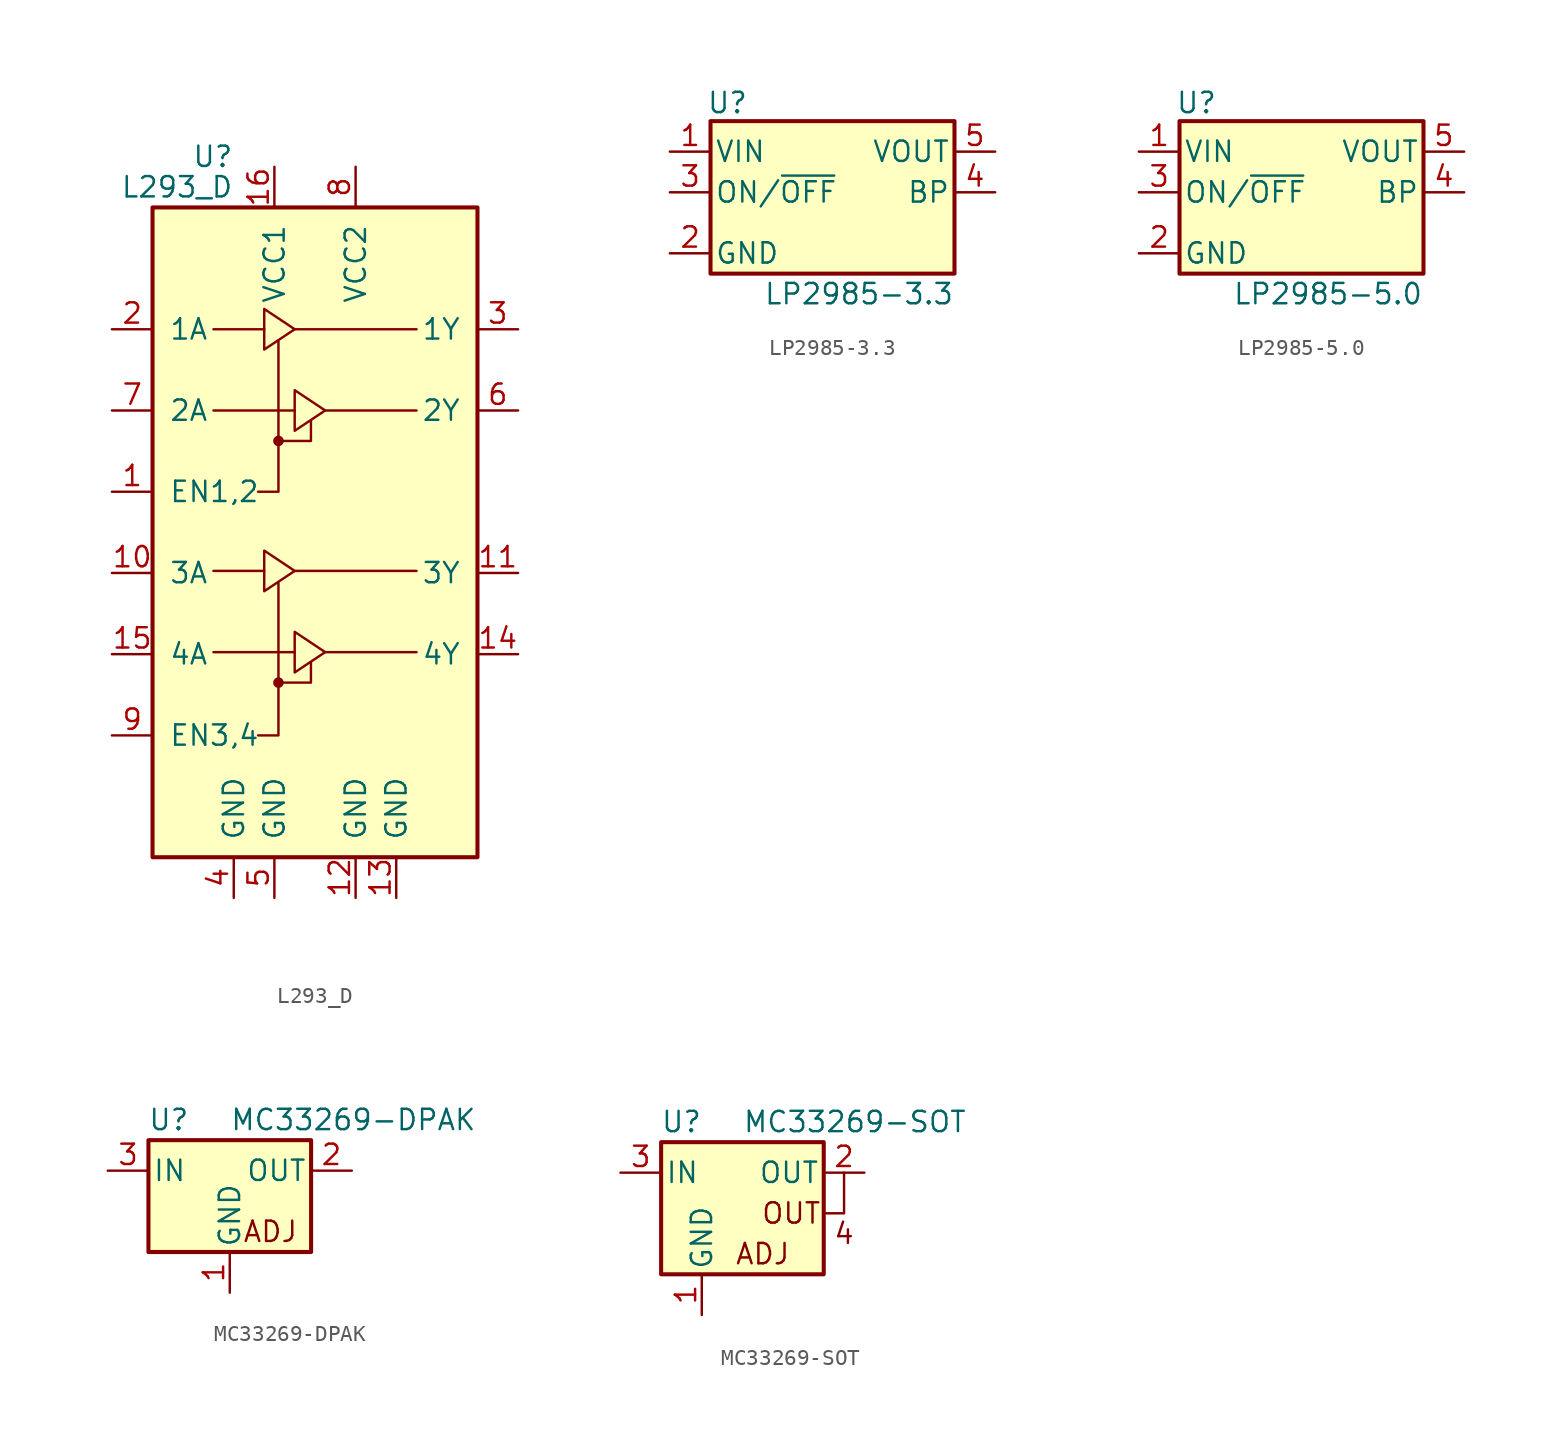
<source format=kicad_sym>
(kicad_symbol_lib
  (version 20220914)
  (generator kicad_symbol_editor)
  (symbol "L293_D"
    (pin_names
      (offset 1.016))
    (property "Reference" "U"
      (at -5.08 26.035 0)
      (effects (font (size 1.27 1.27)) (justify right)))
    (property "Value" "L293_D"
      (at -5.08 24.13 0)
      (effects (font (size 1.27 1.27)) (justify right)))
    (symbol "L293_D_0_1"
      (rectangle (start -10.16 22.86) (end 10.16 -17.78) (stroke (width 0.254) (type default)) (fill (type background)))
      (circle (center -2.286 -6.858) (radius 0.254) (stroke (width 0) (type default)) (fill (type outline)))
      (circle (center -2.286 8.255) (radius 0.254) (stroke (width 0) (type default)) (fill (type outline)))
      (polyline (pts (xy -6.35 -4.953) (xy -1.27 -4.953)) (stroke (width 0) (type default)) (fill (type none)))
      (polyline (pts (xy -6.35 0.127) (xy -3.175 0.127)) (stroke (width 0) (type default)) (fill (type none)))
      (polyline (pts (xy -6.35 10.16) (xy -1.27 10.16)) (stroke (width 0) (type default)) (fill (type none)))
      (polyline (pts (xy -6.35 15.24) (xy -3.175 15.24)) (stroke (width 0) (type default)) (fill (type none)))
      (polyline (pts (xy -1.27 0.127) (xy 6.35 0.127)) (stroke (width 0) (type default)) (fill (type none)))
      (polyline (pts (xy -1.27 15.24) (xy 6.35 15.24)) (stroke (width 0) (type default)) (fill (type none)))
      (polyline (pts (xy 0.635 -4.953) (xy 6.35 -4.953)) (stroke (width 0) (type default)) (fill (type none)))
      (polyline (pts (xy 0.635 10.16) (xy 6.35 10.16)) (stroke (width 0) (type default)) (fill (type none)))
      (polyline (pts (xy -2.286 -6.858) (xy -0.254 -6.858) (xy -0.254 -5.588)) (stroke (width 0) (type default)) (fill (type none)))
      (polyline (pts (xy -2.286 -0.635) (xy -2.286 -10.16) (xy -3.556 -10.16)) (stroke (width 0) (type default)) (fill (type none)))
      (polyline (pts (xy -2.286 8.255) (xy -0.254 8.255) (xy -0.254 9.525)) (stroke (width 0) (type default)) (fill (type none)))
      (polyline (pts (xy -2.286 14.478) (xy -2.286 5.08) (xy -3.556 5.08)) (stroke (width 0) (type default)) (fill (type none)))
      (polyline (pts (xy -3.175 1.397) (xy -3.175 -1.143) (xy -1.27 0.127) (xy -3.175 1.397)) (stroke (width 0) (type default)) (fill (type none)))
      (polyline (pts (xy -3.175 16.51) (xy -3.175 13.97) (xy -1.27 15.24) (xy -3.175 16.51)) (stroke (width 0) (type default)) (fill (type none)))
      (polyline (pts (xy -1.27 -3.683) (xy -1.27 -6.223) (xy 0.635 -4.953) (xy -1.27 -3.683)) (stroke (width 0) (type default)) (fill (type none)))
      (polyline (pts (xy -1.27 11.43) (xy -1.27 8.89) (xy 0.635 10.16) (xy -1.27 11.43)) (stroke (width 0) (type default)) (fill (type none))))
    (symbol "L293_D_1_1"
      (pin input line (at -12.7 5.08 0) (length 2.54) (name "EN1,2" (effects (font (size 1.27 1.27)))) (number "1" (effects (font (size 1.27 1.27)))))
      (pin input line (at -12.7 0 0) (length 2.54) (name "3A" (effects (font (size 1.27 1.27)))) (number "10" (effects (font (size 1.27 1.27)))))
      (pin output line (at 12.7 0 180) (length 2.54) (name "3Y" (effects (font (size 1.27 1.27)))) (number "11" (effects (font (size 1.27 1.27)))))
      (pin power_in line (at 2.54 -20.32 90) (length 2.54) (name "GND" (effects (font (size 1.27 1.27)))) (number "12" (effects (font (size 1.27 1.27)))))
      (pin power_in line (at 5.08 -20.32 90) (length 2.54) (name "GND" (effects (font (size 1.27 1.27)))) (number "13" (effects (font (size 1.27 1.27)))))
      (pin output line (at 12.7 -5.08 180) (length 2.54) (name "4Y" (effects (font (size 1.27 1.27)))) (number "14" (effects (font (size 1.27 1.27)))))
      (pin input line (at -12.7 -5.08 0) (length 2.54) (name "4A" (effects (font (size 1.27 1.27)))) (number "15" (effects (font (size 1.27 1.27)))))
      (pin power_in line (at -2.54 25.4 270) (length 2.54) (name "VCC1" (effects (font (size 1.27 1.27)))) (number "16" (effects (font (size 1.27 1.27)))))
      (pin input line (at -12.7 15.24 0) (length 2.54) (name "1A" (effects (font (size 1.27 1.27)))) (number "2" (effects (font (size 1.27 1.27)))))
      (pin output line (at 12.7 15.24 180) (length 2.54) (name "1Y" (effects (font (size 1.27 1.27)))) (number "3" (effects (font (size 1.27 1.27)))))
      (pin power_in line (at -5.08 -20.32 90) (length 2.54) (name "GND" (effects (font (size 1.27 1.27)))) (number "4" (effects (font (size 1.27 1.27)))))
      (pin power_in line (at -2.54 -20.32 90) (length 2.54) (name "GND" (effects (font (size 1.27 1.27)))) (number "5" (effects (font (size 1.27 1.27)))))
      (pin output line (at 12.7 10.16 180) (length 2.54) (name "2Y" (effects (font (size 1.27 1.27)))) (number "6" (effects (font (size 1.27 1.27)))))
      (pin input line (at -12.7 10.16 0) (length 2.54) (name "2A" (effects (font (size 1.27 1.27)))) (number "7" (effects (font (size 1.27 1.27)))))
      (pin power_in line (at 2.54 25.4 270) (length 2.54) (name "VCC2" (effects (font (size 1.27 1.27)))) (number "8" (effects (font (size 1.27 1.27)))))
      (pin input line (at -12.7 -10.16 0) (length 2.54) (name "EN3,4" (effects (font (size 1.27 1.27)))) (number "9" (effects (font (size 1.27 1.27)))))))
  (symbol "LP2985-3.3"
    (pin_names
      (offset 0.254))
    (property "Reference" "U"
      (at -7.874 5.588 0)
      (do_not_autoplace)
      (effects (font (size 1.27 1.27)) (justify left)))
    (property "Value" "LP2985-3.3"
      (at 7.62 -6.35 0)
      (do_not_autoplace)
      (effects (font (size 1.27 1.27)) (justify right)))
    (symbol "LP2985-3.3_0_1"
      (rectangle (start -7.62 -5.08) (end 7.62 4.445) (stroke (width 0.254) (type default)) (fill (type background))))
    (symbol "LP2985-3.3_1_1"
      (pin power_in line (at -10.16 2.54 0) (length 2.54) (name "VIN" (effects (font (size 1.27 1.27)))) (number "1" (effects (font (size 1.27 1.27)))))
      (pin power_in line (at -10.16 -3.81 0) (length 2.54) (name "GND" (effects (font (size 1.27 1.27)))) (number "2" (effects (font (size 1.27 1.27)))))
      (pin input line (at -10.16 0 0) (length 2.54) (name "ON/~{OFF}" (effects (font (size 1.27 1.27)))) (number "3" (effects (font (size 1.27 1.27)))))
      (pin input line (at 10.16 0 180) (length 2.54) (name "BP" (effects (font (size 1.27 1.27)))) (number "4" (effects (font (size 1.27 1.27)))))
      (pin power_out line (at 10.16 2.54 180) (length 2.54) (name "VOUT" (effects (font (size 1.27 1.27)))) (number "5" (effects (font (size 1.27 1.27)))))))
  (symbol "LP2985-5.0"
    (pin_names
      (offset 0.254))
    (property "Reference" "U"
      (at -7.874 5.588 0)
      (do_not_autoplace)
      (effects (font (size 1.27 1.27)) (justify left)))
    (property "Value" "LP2985-5.0"
      (at 7.62 -6.35 0)
      (do_not_autoplace)
      (effects (font (size 1.27 1.27)) (justify right)))
    (symbol "LP2985-5.0_0_1"
      (rectangle (start -7.62 -5.08) (end 7.62 4.445) (stroke (width 0.254) (type default)) (fill (type background))))
    (symbol "LP2985-5.0_1_1"
      (pin power_in line (at -10.16 2.54 0) (length 2.54) (name "VIN" (effects (font (size 1.27 1.27)))) (number "1" (effects (font (size 1.27 1.27)))))
      (pin power_in line (at -10.16 -3.81 0) (length 2.54) (name "GND" (effects (font (size 1.27 1.27)))) (number "2" (effects (font (size 1.27 1.27)))))
      (pin input line (at -10.16 0 0) (length 2.54) (name "ON/~{OFF}" (effects (font (size 1.27 1.27)))) (number "3" (effects (font (size 1.27 1.27)))))
      (pin input line (at 10.16 0 180) (length 2.54) (name "BP" (effects (font (size 1.27 1.27)))) (number "4" (effects (font (size 1.27 1.27)))))
      (pin power_out line (at 10.16 2.54 180) (length 2.54) (name "VOUT" (effects (font (size 1.27 1.27)))) (number "5" (effects (font (size 1.27 1.27)))))))
  (symbol "MC33269-DPAK"
    (pin_names
      (offset 0.254))
    (property "Reference" "U"
      (at -3.81 3.175 0)
      (effects (font (size 1.27 1.27))))
    (property "Value" "MC33269-DPAK"
      (at 0 3.175 0)
      (effects (font (size 1.27 1.27)) (justify left)))
    (symbol "MC33269-DPAK_0_1"
      (rectangle (start -5.08 1.905) (end 5.08 -5.08) (stroke (width 0.254) (type default)) (fill (type background))))
    (symbol "MC33269-DPAK_1_1"
      (text "ADJ" (at 2.54 -3.81 0) (effects (font (size 1.27 1.27))))
      (pin power_in line (at 0 -7.62 90) (length 2.54) (name "GND" (effects (font (size 1.27 1.27)))) (number "1" (effects (font (size 1.27 1.27)))))
      (pin power_out line (at 7.62 0 180) (length 2.54) (name "OUT" (effects (font (size 1.27 1.27)))) (number "2" (effects (font (size 1.27 1.27)))))
      (pin power_in line (at -7.62 0 0) (length 2.54) (name "IN" (effects (font (size 1.27 1.27)))) (number "3" (effects (font (size 1.27 1.27)))))))
  (symbol "MC33269-SOT"
    (pin_names
      (offset 0.254))
    (property "Reference" "U"
      (at -3.81 3.175 0)
      (effects (font (size 1.27 1.27))))
    (property "Value" "MC33269-SOT"
      (at 0 3.175 0)
      (effects (font (size 1.27 1.27)) (justify left)))
    (symbol "MC33269-SOT_0_1"
      (rectangle (start -5.08 1.905) (end 5.08 -6.35) (stroke (width 0.254) (type default)) (fill (type background)))
      (polyline (pts (xy 5.08 -2.54) (xy 6.35 -2.54) (xy 6.35 0)) (stroke (width 0) (type default)) (fill (type none))))
    (symbol "MC33269-SOT_1_1"
      (text "4" (at 6.35 -3.81 0) (effects (font (size 1.27 1.27))))
      (text "ADJ" (at 1.27 -5.08 0) (effects (font (size 1.27 1.27))))
      (text "OUT" (at 3.048 -2.54 0) (effects (font (size 1.27 1.27))))
      (pin power_in line (at -2.54 -8.89 90) (length 2.54) (name "GND" (effects (font (size 1.27 1.27)))) (number "1" (effects (font (size 1.27 1.27)))))
      (pin power_out line (at 7.62 0 180) (length 2.54) (name "OUT" (effects (font (size 1.27 1.27)))) (number "2" (effects (font (size 1.27 1.27)))))
      (pin power_in line (at -7.62 0 0) (length 2.54) (name "IN" (effects (font (size 1.27 1.27)))) (number "3" (effects (font (size 1.27 1.27)))))
      (pin power_out line (at 7.62 0 180) (length 2.54) hide (name "OUT" (effects (font (size 1.27 1.27)))) (number "4" (effects (font (size 1.27 1.27))))))))
</source>
